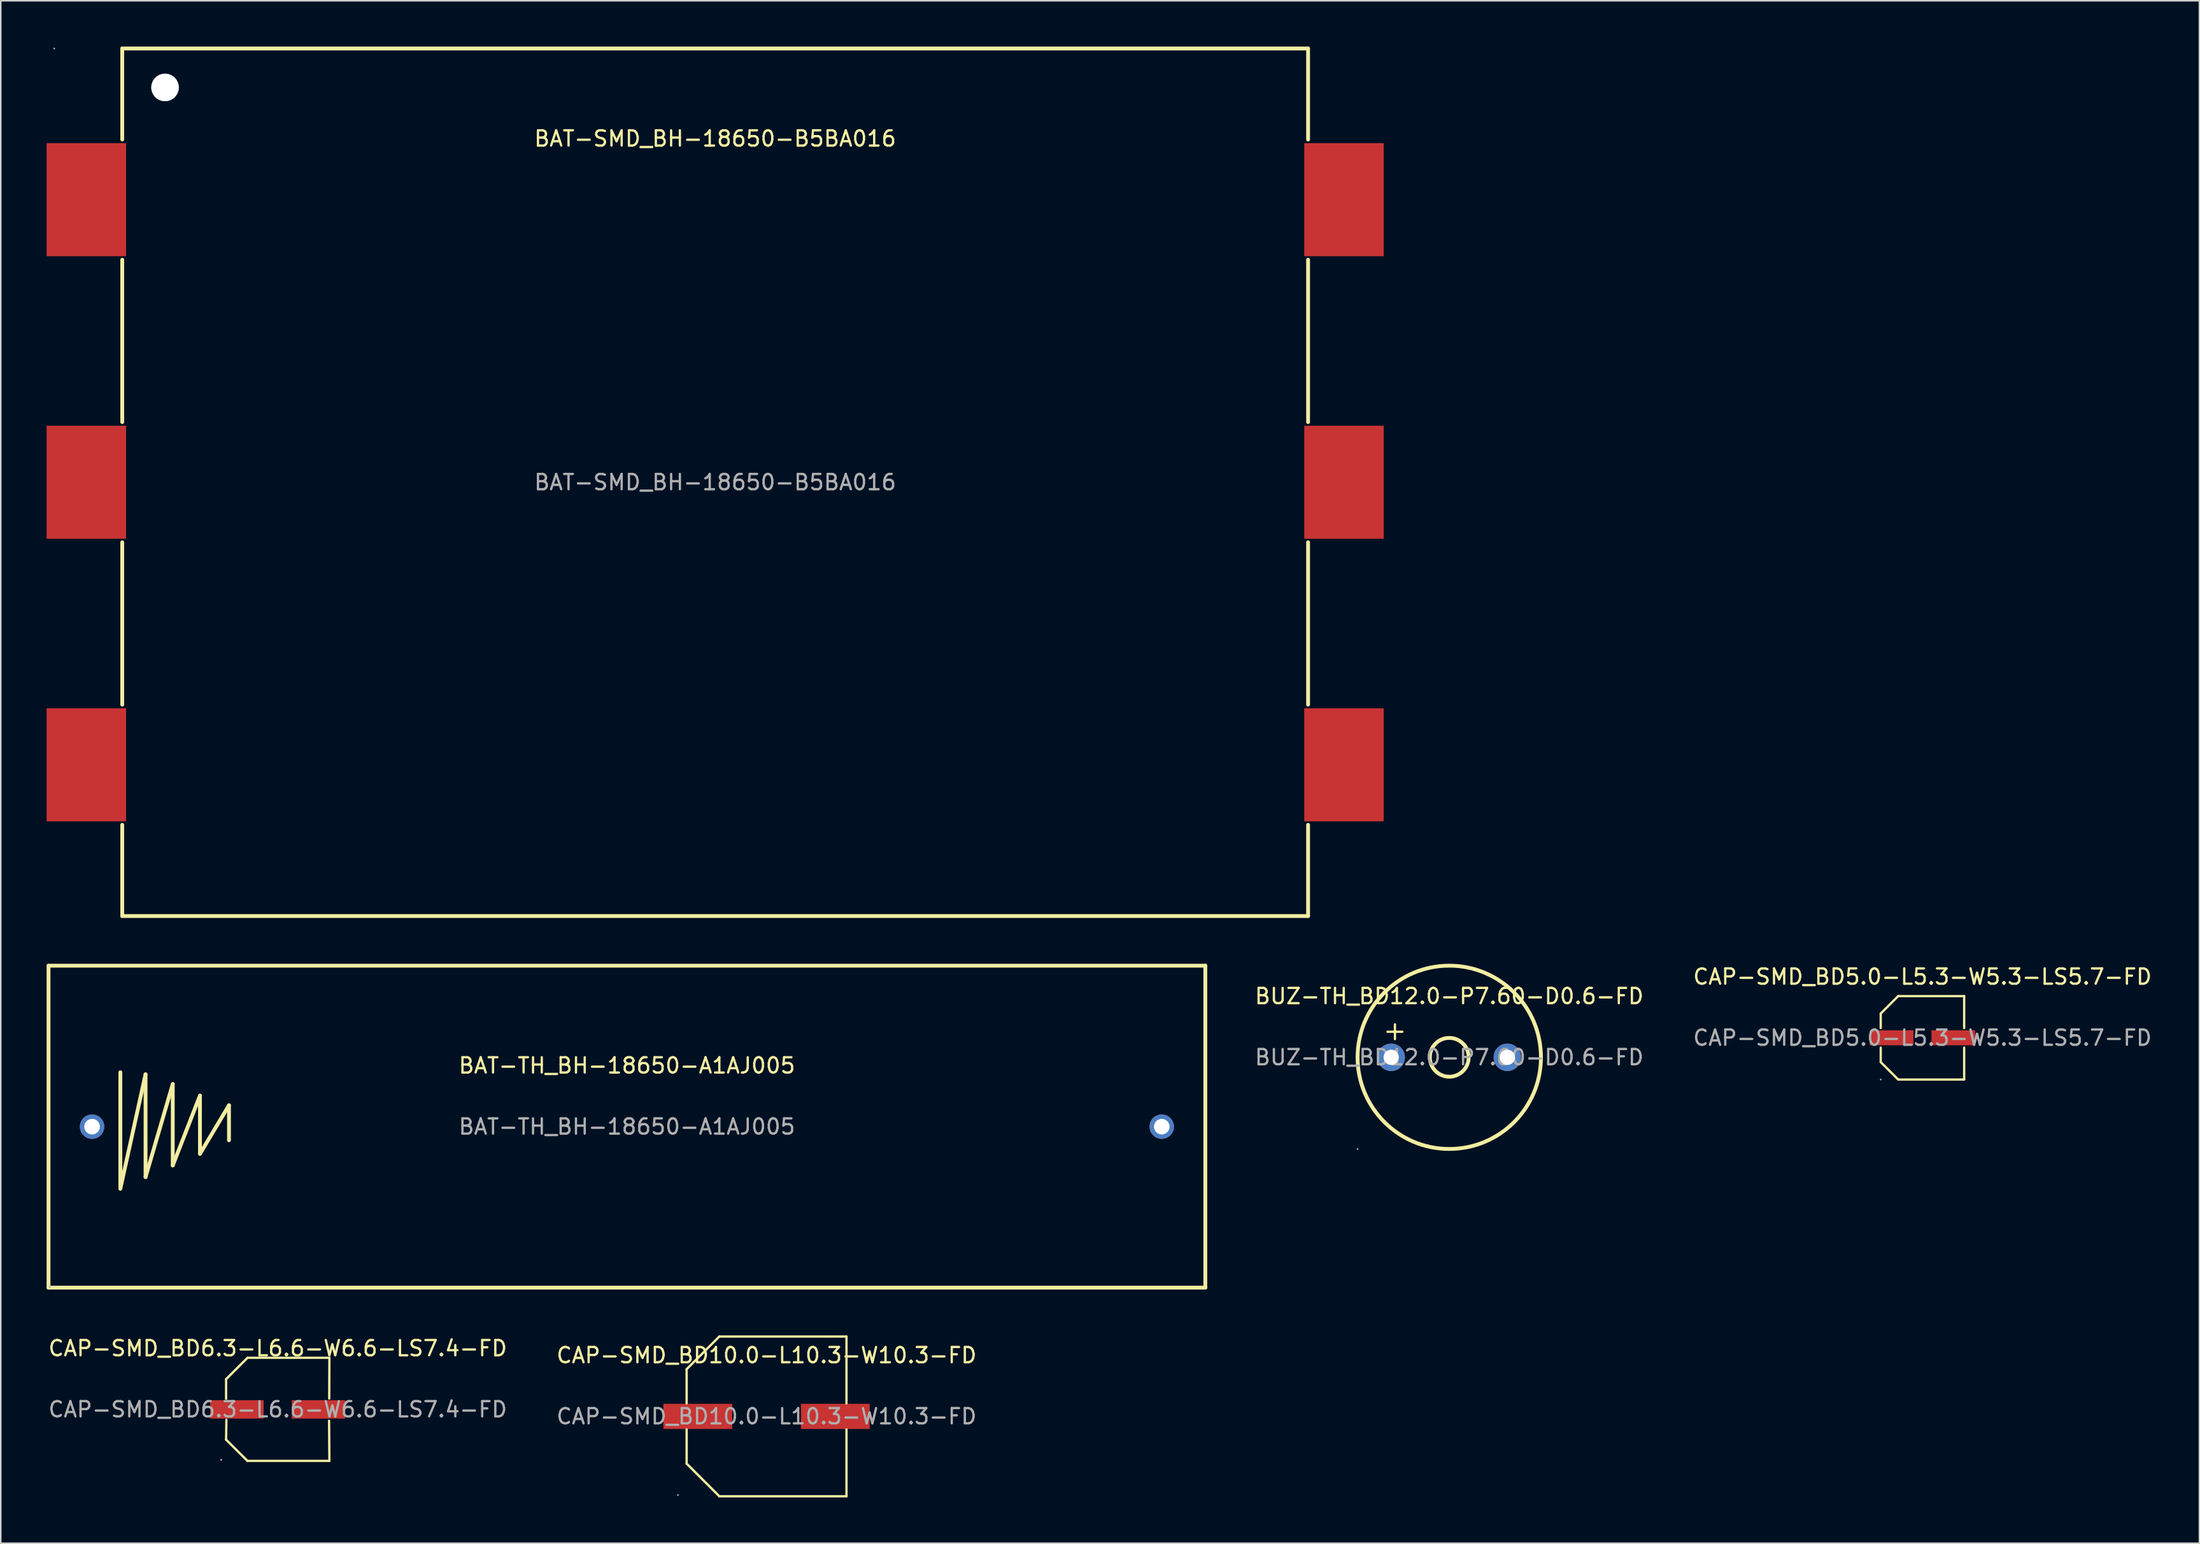
<source format=kicad_pcb>
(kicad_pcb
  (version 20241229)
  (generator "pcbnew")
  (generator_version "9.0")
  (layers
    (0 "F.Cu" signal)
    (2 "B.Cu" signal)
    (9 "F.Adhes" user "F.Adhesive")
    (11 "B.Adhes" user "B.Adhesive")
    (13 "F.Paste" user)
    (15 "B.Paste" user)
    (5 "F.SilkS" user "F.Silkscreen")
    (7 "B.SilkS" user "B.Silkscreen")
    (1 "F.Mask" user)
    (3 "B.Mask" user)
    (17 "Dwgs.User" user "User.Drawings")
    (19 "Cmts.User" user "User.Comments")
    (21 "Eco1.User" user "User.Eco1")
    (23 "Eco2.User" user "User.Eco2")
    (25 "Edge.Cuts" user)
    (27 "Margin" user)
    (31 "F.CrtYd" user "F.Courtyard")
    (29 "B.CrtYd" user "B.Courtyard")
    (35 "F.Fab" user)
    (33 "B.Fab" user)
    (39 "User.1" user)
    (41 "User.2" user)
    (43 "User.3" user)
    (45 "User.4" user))
  (footprint "BUZ-TH_BD12.0-P7.60-D0.6-FD"
    (layer "F.Cu")
    (at 91.789 66.175)
    (property "Reference" "BUZ-TH_BD12.0-P7.60-D0.6-FD" (at 0 -4 0) (layer "F.SilkS") (effects (font (size 1 1) (thickness 0.15))))
    (attr through_hole)
    (fp_circle (center 0 0) (end 1.27 0) (stroke (width 0.25) (type solid)) (fill no) (layer "F.SilkS"))
    (fp_circle (center 0 0) (end 6 0) (stroke (width 0.25) (type solid)) (fill no) (layer "F.SilkS"))
    (fp_circle (center -6 6) (end -5.97 6) (stroke (width 0.06) (type solid)) (fill no) (layer "F.Fab"))
    (fp_circle (center -3.8 0) (end -3.65 0) (stroke (width 0.3) (type solid)) (fill no) (layer "F.Fab"))
    (fp_circle (center 3.8 0) (end 3.95 0) (stroke (width 0.3) (type solid)) (fill no) (layer "F.Fab"))
    (fp_text user "+" (at -4.44 -1.77 0) (layer "F.SilkS") (effects (font (size 1.27 1.27) (thickness 0.15)) (justify left)))
    (fp_text user "${REFERENCE}" (at 0 0 0) (layer "F.Fab") (effects (font (size 1 1) (thickness 0.15))))
    (pad "1" thru_hole circle (at -3.8 0) (size 1.8 1.8) (drill 1) (layers "*.Cu" "*.Mask"))
    (pad "2" thru_hole circle (at 3.8 0) (size 1.8 1.8) (drill 1) (layers "*.Cu" "*.Mask")))
  (footprint "CAP-SMD_BD6.3-L6.6-W6.6-LS7.4-FD"
    (layer "F.Cu")
    (at 15.125 89.228)
    (property "Reference" "CAP-SMD_BD6.3-L6.6-W6.6-LS7.4-FD" (at 0 -4 0) (layer "F.SilkS") (effects (font (size 1 1) (thickness 0.15))))
    (attr smd)
    (fp_line (start -3.38 -1.98) (end -3.38 -0.69) (stroke (width 0.15) (type solid)) (layer "F.SilkS"))
    (fp_line (start -3.38 1.98) (end -3.36 0.68) (stroke (width 0.15) (type solid)) (layer "F.SilkS"))
    (fp_line (start -1.98 -3.38) (end -3.38 -1.98) (stroke (width 0.15) (type solid)) (layer "F.SilkS"))
    (fp_line (start -1.98 3.37) (end -3.38 1.98) (stroke (width 0.15) (type solid)) (layer "F.SilkS"))
    (fp_line (start 3.36 0.74) (end 3.38 3.37) (stroke (width 0.15) (type solid)) (layer "F.SilkS"))
    (fp_line (start 3.37 -0.71) (end 3.38 -3.38) (stroke (width 0.15) (type solid)) (layer "F.SilkS"))
    (fp_line (start 3.38 -3.38) (end -1.98 -3.38) (stroke (width 0.15) (type solid)) (layer "F.SilkS"))
    (fp_line (start 3.38 3.37) (end -1.98 3.37) (stroke (width 0.15) (type solid)) (layer "F.SilkS"))
    (fp_circle (center -3.7 3.3) (end -3.67 3.3) (stroke (width 0.06) (type solid)) (fill no) (layer "F.Fab"))
    (fp_text user "${REFERENCE}" (at 0 0 0) (layer "F.Fab") (effects (font (size 1 1) (thickness 0.15))))
    (pad "1" smd rect (at -2.67 0) (size 3.5 1.2) (layers "F.Cu" "F.Mask" "F.Paste"))
    (pad "2" smd rect (at 2.67 0) (size 3.5 1.2) (layers "F.Cu" "F.Mask" "F.Paste")))
  (footprint "CAP-SMD_BD10.0-L10.3-W10.3-FD"
    (layer "F.Cu")
    (at 47.113 89.685)
    (property "Reference" "CAP-SMD_BD10.0-L10.3-W10.3-FD" (at 0 -4 0) (layer "F.SilkS") (effects (font (size 1 1) (thickness 0.15))))
    (attr smd)
    (fp_line (start -5.23 -3.09) (end -5.23 -0.85) (stroke (width 0.15) (type solid)) (layer "F.SilkS"))
    (fp_line (start -5.23 3.09) (end -5.23 0.85) (stroke (width 0.15) (type solid)) (layer "F.SilkS"))
    (fp_line (start -3.09 -5.23) (end -5.23 -3.09) (stroke (width 0.15) (type solid)) (layer "F.SilkS"))
    (fp_line (start -3.09 5.23) (end -5.23 3.09) (stroke (width 0.15) (type solid)) (layer "F.SilkS"))
    (fp_line (start 5.23 -5.23) (end -3.09 -5.23) (stroke (width 0.15) (type solid)) (layer "F.SilkS"))
    (fp_line (start 5.23 -0.85) (end 5.23 -5.23) (stroke (width 0.15) (type solid)) (layer "F.SilkS"))
    (fp_line (start 5.23 0.85) (end 5.23 5.23) (stroke (width 0.15) (type solid)) (layer "F.SilkS"))
    (fp_line (start 5.23 5.23) (end -3.09 5.23) (stroke (width 0.15) (type solid)) (layer "F.SilkS"))
    (fp_circle (center -5.8 5.15) (end -5.77 5.15) (stroke (width 0.06) (type solid)) (fill no) (layer "F.Fab"))
    (fp_text user "${REFERENCE}" (at 0 0 0) (layer "F.Fab") (effects (font (size 1 1) (thickness 0.15))))
    (pad "1" smd rect (at -4.5 0) (size 4.5 1.65) (layers "F.Cu" "F.Mask" "F.Paste"))
    (pad "2" smd rect (at 4.5 0) (size 4.5 1.65) (layers "F.Cu" "F.Mask" "F.Paste")))
  (footprint "BAT-SMD_BH-18650-B5BA016"
    (layer "F.Cu")
    (at 43.75 28.525)
    (property "Reference" "BAT-SMD_BH-18650-B5BA016" (at 0 -22.5 0) (layer "F.SilkS") (effects (font (size 1 1) (thickness 0.15))))
    (attr smd)
    (fp_line (start -38.8 -28.4) (end 38.8 -28.4) (stroke (width 0.25) (type solid)) (layer "F.SilkS"))
    (fp_line (start -38.8 -22.44) (end -38.8 -28.4) (stroke (width 0.25) (type solid)) (layer "F.SilkS"))
    (fp_line (start -38.8 -3.94) (end -38.8 -14.57) (stroke (width 0.25) (type solid)) (layer "F.SilkS"))
    (fp_line (start -38.8 14.56) (end -38.8 3.93) (stroke (width 0.25) (type solid)) (layer "F.SilkS"))
    (fp_line (start -38.8 28.4) (end -38.8 22.43) (stroke (width 0.25) (type solid)) (layer "F.SilkS"))
    (fp_line (start 38.8 -28.4) (end 38.8 -22.44) (stroke (width 0.25) (type solid)) (layer "F.SilkS"))
    (fp_line (start 38.8 -14.57) (end 38.8 -3.94) (stroke (width 0.25) (type solid)) (layer "F.SilkS"))
    (fp_line (start 38.8 3.93) (end 38.8 14.56) (stroke (width 0.25) (type solid)) (layer "F.SilkS"))
    (fp_line (start 38.8 22.43) (end 38.8 28.4) (stroke (width 0.25) (type solid)) (layer "F.SilkS"))
    (fp_line (start 38.8 28.4) (end -38.8 28.4) (stroke (width 0.25) (type solid)) (layer "F.SilkS"))
    (fp_circle (center -36 -25.85) (end -35.62 -25.85) (stroke (width 0.75) (type solid)) (fill no) (layer "Cmts.User"))
    (fp_circle (center -43.25 -28.4) (end -43.22 -28.4) (stroke (width 0.06) (type solid)) (fill no) (layer "F.Fab"))
    (fp_text user "${REFERENCE}" (at 0 0 0) (layer "F.Fab") (effects (font (size 1 1) (thickness 0.15))))
    (pad "" thru_hole circle (at -36 -25.85) (size 1.8 1.8) (drill 1.8) (layers "*.Cu" "*.Mask"))
    (pad "1" smd rect (at -41.15 -18.5) (size 5.2 7.4) (layers "F.Cu" "F.Mask" "F.Paste"))
    (pad "2" smd rect (at 41.15 -18.5) (size 5.2 7.4) (layers "F.Cu" "F.Mask" "F.Paste"))
    (pad "3" smd rect (at -41.15 0) (size 5.2 7.4) (layers "F.Cu" "F.Mask" "F.Paste"))
    (pad "4" smd rect (at 41.15 0) (size 5.2 7.4) (layers "F.Cu" "F.Mask" "F.Paste"))
    (pad "5" smd rect (at -41.15 18.5) (size 5.2 7.4) (layers "F.Cu" "F.Mask" "F.Paste"))
    (pad "6" smd rect (at 41.15 18.5) (size 5.2 7.4) (layers "F.Cu" "F.Mask" "F.Paste")))
  (footprint "BAT-TH_BH-18650-A1AJ005"
    (layer "F.Cu")
    (at 37.975 70.715)
    (property "Reference" "BAT-TH_BH-18650-A1AJ005" (at 0 -4 0) (layer "F.SilkS") (effects (font (size 1 1) (thickness 0.15))))
    (attr through_hole)
    (fp_line (start -37.85 -10.54) (end 37.85 -10.54) (stroke (width 0.25) (type solid)) (layer "F.SilkS"))
    (fp_line (start -37.85 10.54) (end -37.85 -10.54) (stroke (width 0.25) (type solid)) (layer "F.SilkS"))
    (fp_line (start -33.15 -3.56) (end -33.15 4.06) (stroke (width 0.25) (type solid)) (layer "F.SilkS"))
    (fp_line (start -33.15 4.06) (end -31.5 -3.43) (stroke (width 0.25) (type solid)) (layer "F.SilkS"))
    (fp_line (start -31.5 -3.43) (end -31.5 3.3) (stroke (width 0.25) (type solid)) (layer "F.SilkS"))
    (fp_line (start -31.5 3.3) (end -29.72 -2.79) (stroke (width 0.25) (type solid)) (layer "F.SilkS"))
    (fp_line (start -29.72 -2.79) (end -29.72 2.54) (stroke (width 0.25) (type solid)) (layer "F.SilkS"))
    (fp_line (start -29.72 2.54) (end -27.94 -2.03) (stroke (width 0.25) (type solid)) (layer "F.SilkS"))
    (fp_line (start -27.94 -2.03) (end -27.94 1.78) (stroke (width 0.25) (type solid)) (layer "F.SilkS"))
    (fp_line (start -27.94 1.78) (end -26.04 -1.4) (stroke (width 0.25) (type solid)) (layer "F.SilkS"))
    (fp_line (start -26.04 -1.4) (end -26.04 0.89) (stroke (width 0.25) (type solid)) (layer "F.SilkS"))
    (fp_line (start 37.85 -10.54) (end 37.85 10.54) (stroke (width 0.25) (type solid)) (layer "F.SilkS"))
    (fp_line (start 37.85 10.54) (end -37.85 10.54) (stroke (width 0.25) (type solid)) (layer "F.SilkS"))
    (fp_circle (center -37.75 10.5) (end -37.72 10.5) (stroke (width 0.06) (type solid)) (fill no) (layer "F.Fab"))
    (fp_text user "${REFERENCE}" (at 0 0 0) (layer "F.Fab") (effects (font (size 1 1) (thickness 0.15))))
    (pad "1" thru_hole circle (at -35 0) (size 1.6 1.6) (drill 1.02) (layers "*.Cu" "*.Mask"))
    (pad "2" thru_hole circle (at 35 0) (size 1.6 1.6) (drill 1.02) (layers "*.Cu" "*.Mask")))
  (footprint "CAP-SMD_BD5.0-L5.3-W5.3-LS5.7-FD"
    (layer "F.Cu")
    (at 122.754 64.898)
    (property "Reference" "CAP-SMD_BD5.0-L5.3-W5.3-LS5.7-FD" (at 0 -4 0) (layer "F.SilkS") (effects (font (size 1 1) (thickness 0.15))))
    (attr smd)
    (fp_line (start -2.73 -1.59) (end -1.59 -2.73) (stroke (width 0.15) (type solid)) (layer "F.SilkS"))
    (fp_line (start -2.73 -0.64) (end -2.73 -1.59) (stroke (width 0.15) (type solid)) (layer "F.SilkS"))
    (fp_line (start -2.73 0.64) (end -2.73 1.59) (stroke (width 0.15) (type solid)) (layer "F.SilkS"))
    (fp_line (start -2.73 1.59) (end -1.59 2.73) (stroke (width 0.15) (type solid)) (layer "F.SilkS"))
    (fp_line (start -1.59 -2.73) (end 2.73 -2.73) (stroke (width 0.15) (type solid)) (layer "F.SilkS"))
    (fp_line (start -1.59 2.73) (end 2.73 2.73) (stroke (width 0.15) (type solid)) (layer "F.SilkS"))
    (fp_line (start 2.73 -2.73) (end 2.73 -0.64) (stroke (width 0.15) (type solid)) (layer "F.SilkS"))
    (fp_line (start 2.73 2.73) (end 2.73 0.64) (stroke (width 0.15) (type solid)) (layer "F.SilkS"))
    (fp_circle (center -2.73 2.73) (end -2.7 2.73) (stroke (width 0.06) (type solid)) (fill no) (layer "F.Fab"))
    (fp_text user "${REFERENCE}" (at 0 0 0) (layer "F.Fab") (effects (font (size 1 1) (thickness 0.15))))
    (pad "1" smd rect (at -2.02 0) (size 2.86 0.98) (layers "F.Cu" "F.Mask" "F.Paste"))
    (pad "2" smd rect (at 2.02 0) (size 2.86 0.98) (layers "F.Cu" "F.Mask" "F.Paste")))
  (gr_rect
    (start -3 -3)
    (end 140.879 97.99)
    (stroke (width 0.1) (type default))
    (fill no)
    (layer "Edge.Cuts")))
</source>
